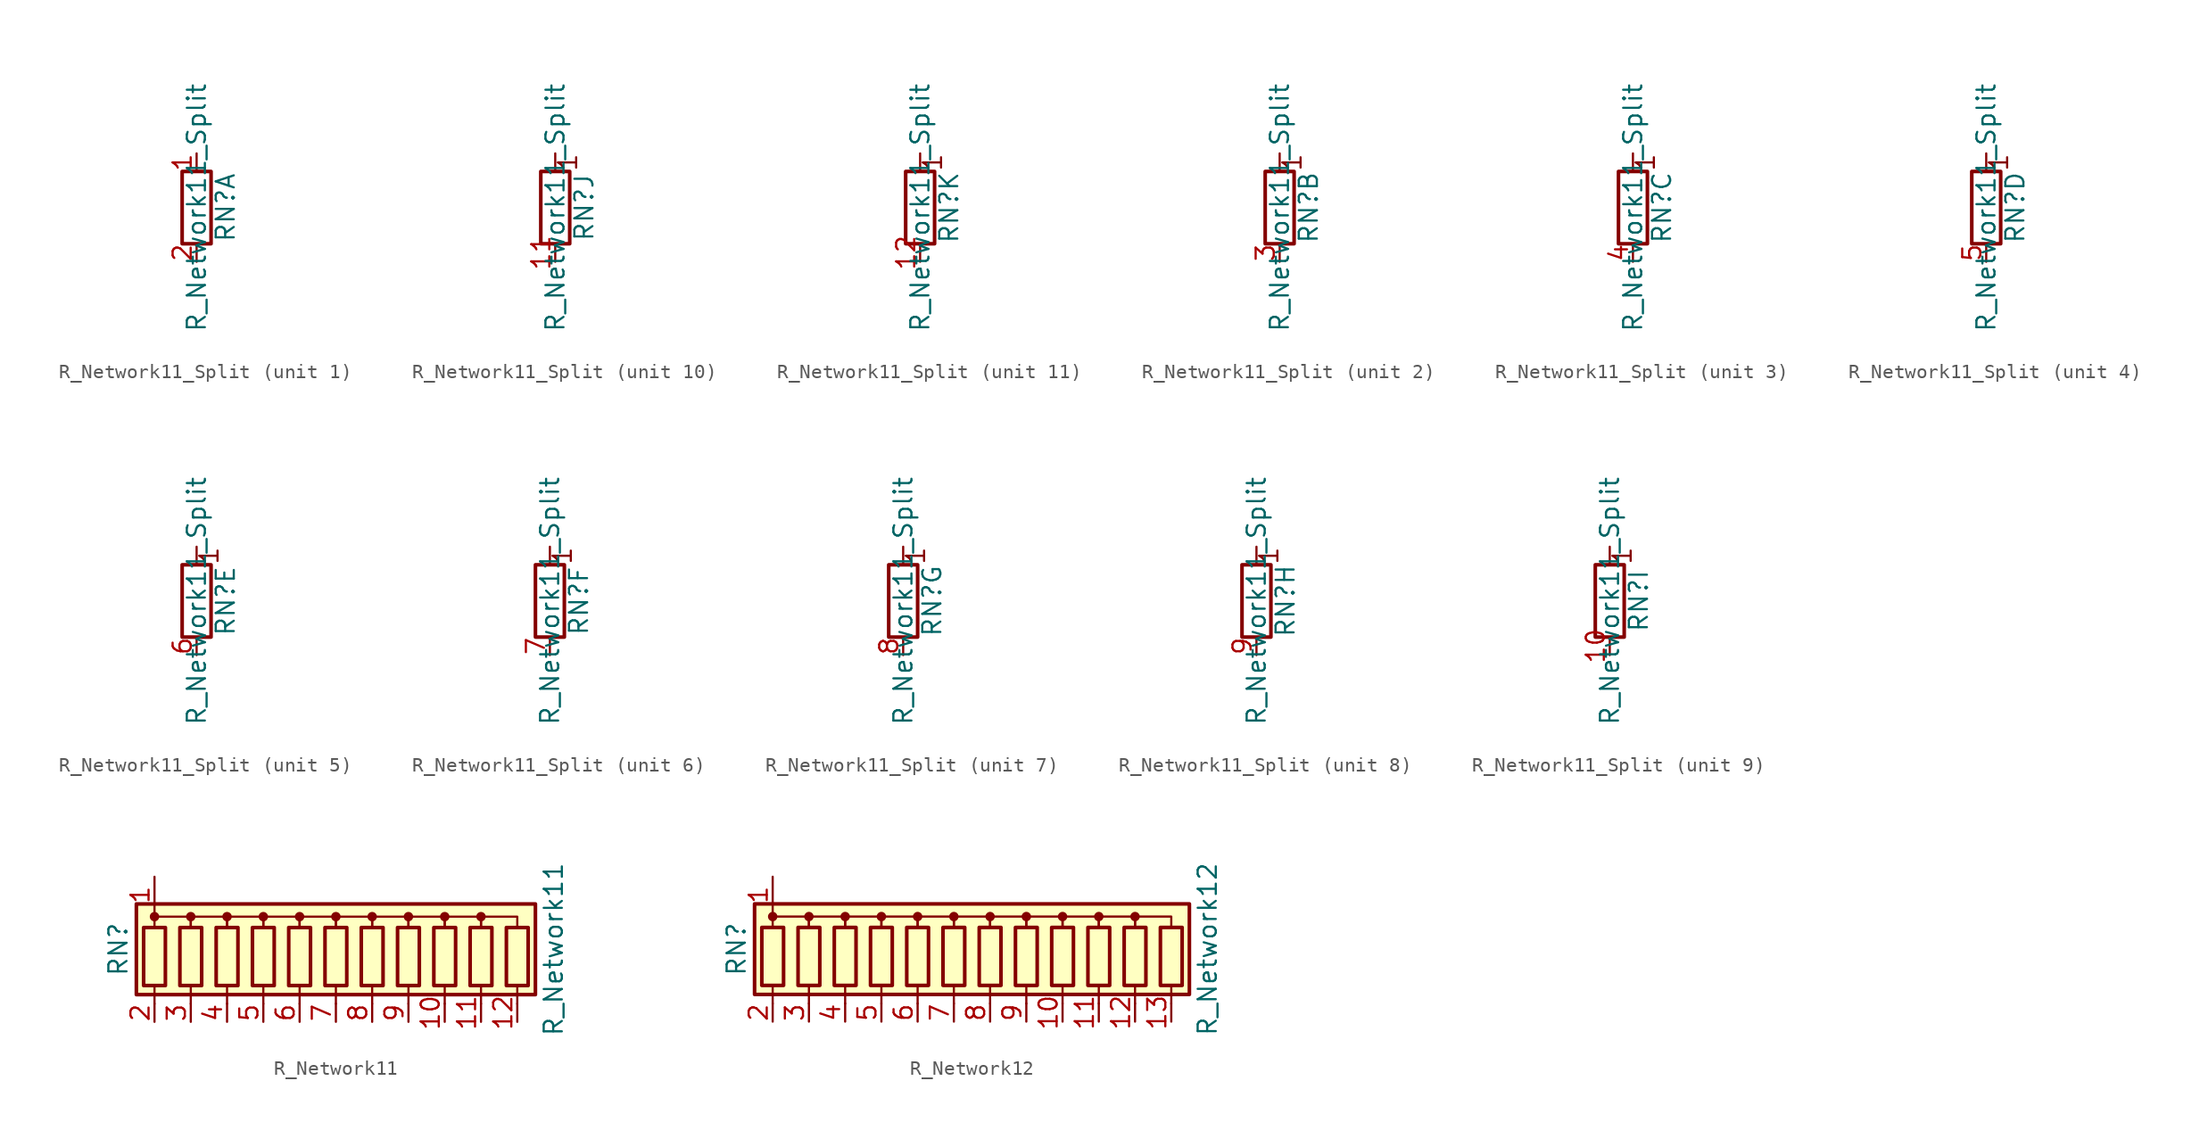
<source format=kicad_sym>
(kicad_symbol_lib
  (version 20241209)
  (generator "kicad_symbol_editor")
  (generator_version "9.0")
  (symbol "R_Network11_Split"
    (pin_names
      (offset 0)
      (hide yes))
    (property "Reference" "RN"
      (at 2.032 0 90)
      (effects (font (size 1.27 1.27))))
    (property "Value" "R_Network11_Split"
      (at 0 0 90)
      (effects (font (size 1.27 1.27))))
    (symbol "R_Network11_Split_0_1"
      (rectangle (start 1.016 2.54) (end -1.016 -2.54) (stroke (width 0.254) (type solid)) (fill (type none))))
    (symbol "R_Network11_Split_1_1"
      (pin passive line (at 0 3.81 270) (length 1.27) (name "R1.1" (effects (font (size 1.27 1.27)))) (number "1" (effects (font (size 1.27 1.27)))))
      (pin passive line (at 0 -3.81 90) (length 1.27) (name "R1.2" (effects (font (size 1.27 1.27)))) (number "2" (effects (font (size 1.27 1.27))))))
    (symbol "R_Network11_Split_2_1"
      (polyline (pts (xy 0 2.54) (xy 0 3.81)) (stroke (width 0) (type solid)) (fill (type none)))
      (text "1" (at 0.889 3.175 900) (effects (font (size 1.27 1.27))))
      (pin passive line (at 0 -3.81 90) (length 1.27) (name "R2.2" (effects (font (size 1.27 1.27)))) (number "3" (effects (font (size 1.27 1.27))))))
    (symbol "R_Network11_Split_3_1"
      (polyline (pts (xy 0 2.54) (xy 0 3.81)) (stroke (width 0) (type solid)) (fill (type none)))
      (text "1" (at 0.889 3.175 900) (effects (font (size 1.27 1.27))))
      (pin passive line (at 0 -3.81 90) (length 1.27) (name "R3.2" (effects (font (size 1.27 1.27)))) (number "4" (effects (font (size 1.27 1.27))))))
    (symbol "R_Network11_Split_4_1"
      (polyline (pts (xy 0 2.54) (xy 0 3.81)) (stroke (width 0) (type solid)) (fill (type none)))
      (text "1" (at 0.889 3.175 900) (effects (font (size 1.27 1.27))))
      (pin passive line (at 0 -3.81 90) (length 1.27) (name "R4.2" (effects (font (size 1.27 1.27)))) (number "5" (effects (font (size 1.27 1.27))))))
    (symbol "R_Network11_Split_5_1"
      (polyline (pts (xy 0 2.54) (xy 0 3.81)) (stroke (width 0) (type solid)) (fill (type none)))
      (text "1" (at 0.889 3.175 900) (effects (font (size 1.27 1.27))))
      (pin passive line (at 0 -3.81 90) (length 1.27) (name "R5.2" (effects (font (size 1.27 1.27)))) (number "6" (effects (font (size 1.27 1.27))))))
    (symbol "R_Network11_Split_6_1"
      (polyline (pts (xy 0 2.54) (xy 0 3.81)) (stroke (width 0) (type solid)) (fill (type none)))
      (text "1" (at 0.889 3.175 900) (effects (font (size 1.27 1.27))))
      (pin passive line (at 0 -3.81 90) (length 1.27) (name "R6.2" (effects (font (size 1.27 1.27)))) (number "7" (effects (font (size 1.27 1.27))))))
    (symbol "R_Network11_Split_7_1"
      (polyline (pts (xy 0 2.54) (xy 0 3.81)) (stroke (width 0) (type solid)) (fill (type none)))
      (text "1" (at 0.889 3.175 900) (effects (font (size 1.27 1.27))))
      (pin passive line (at 0 -3.81 90) (length 1.27) (name "R7.2" (effects (font (size 1.27 1.27)))) (number "8" (effects (font (size 1.27 1.27))))))
    (symbol "R_Network11_Split_8_1"
      (polyline (pts (xy 0 2.54) (xy 0 3.81)) (stroke (width 0) (type solid)) (fill (type none)))
      (text "1" (at 0.889 3.175 900) (effects (font (size 1.27 1.27))))
      (pin passive line (at 0 -3.81 90) (length 1.27) (name "R8.2" (effects (font (size 1.27 1.27)))) (number "9" (effects (font (size 1.27 1.27))))))
    (symbol "R_Network11_Split_9_1"
      (polyline (pts (xy 0 2.54) (xy 0 3.81)) (stroke (width 0) (type solid)) (fill (type none)))
      (text "1" (at 0.889 3.175 900) (effects (font (size 1.27 1.27))))
      (pin passive line (at 0 -3.81 90) (length 1.27) (name "R9.2" (effects (font (size 1.27 1.27)))) (number "10" (effects (font (size 1.27 1.27))))))
    (symbol "R_Network11_Split_10_1"
      (polyline (pts (xy 0 2.54) (xy 0 3.81)) (stroke (width 0) (type solid)) (fill (type none)))
      (text "1" (at 0.889 3.175 900) (effects (font (size 1.27 1.27))))
      (pin passive line (at 0 -3.81 90) (length 1.27) (name "R10.2" (effects (font (size 1.27 1.27)))) (number "11" (effects (font (size 1.27 1.27))))))
    (symbol "R_Network11_Split_11_1"
      (polyline (pts (xy 0 2.54) (xy 0 3.81)) (stroke (width 0) (type solid)) (fill (type none)))
      (text "1" (at 0.889 3.175 900) (effects (font (size 1.27 1.27))))
      (pin passive line (at 0 -3.81 90) (length 1.27) (name "R11.2" (effects (font (size 1.27 1.27)))) (number "12" (effects (font (size 1.27 1.27)))))))
  (symbol "R_Network11"
    (pin_names
      (offset 0)
      (hide yes))
    (property "Reference" "RN"
      (at -15.24 0 90)
      (effects (font (size 1.27 1.27))))
    (property "Value" "R_Network11"
      (at 15.24 0 90)
      (effects (font (size 1.27 1.27))))
    (symbol "R_Network11_0_1"
      (rectangle (start -13.97 -3.175) (end 13.97 3.175) (stroke (width 0.254) (type solid)) (fill (type background)))
      (rectangle (start -13.462 1.524) (end -11.938 -2.54) (stroke (width 0.254) (type solid)) (fill (type none)))
      (circle (center -12.7 2.286) (radius 0.254) (stroke (width 0) (type solid)) (fill (type outline)))
      (polyline (pts (xy -12.7 1.524) (xy -12.7 2.286) (xy -10.16 2.286) (xy -10.16 1.524)) (stroke (width 0) (type solid)) (fill (type none)))
      (polyline (pts (xy -12.7 -2.54) (xy -12.7 -3.81)) (stroke (width 0) (type solid)) (fill (type none)))
      (rectangle (start -10.922 1.524) (end -9.398 -2.54) (stroke (width 0.254) (type solid)) (fill (type none)))
      (circle (center -10.16 2.286) (radius 0.254) (stroke (width 0) (type solid)) (fill (type outline)))
      (polyline (pts (xy -10.16 1.524) (xy -10.16 2.286) (xy -7.62 2.286) (xy -7.62 1.524)) (stroke (width 0) (type solid)) (fill (type none)))
      (polyline (pts (xy -10.16 -2.54) (xy -10.16 -3.81)) (stroke (width 0) (type solid)) (fill (type none)))
      (rectangle (start -8.382 1.524) (end -6.858 -2.54) (stroke (width 0.254) (type solid)) (fill (type none)))
      (circle (center -7.62 2.286) (radius 0.254) (stroke (width 0) (type solid)) (fill (type outline)))
      (polyline (pts (xy -7.62 1.524) (xy -7.62 2.286) (xy -5.08 2.286) (xy -5.08 1.524)) (stroke (width 0) (type solid)) (fill (type none)))
      (polyline (pts (xy -7.62 -2.54) (xy -7.62 -3.81)) (stroke (width 0) (type solid)) (fill (type none)))
      (rectangle (start -5.842 1.524) (end -4.318 -2.54) (stroke (width 0.254) (type solid)) (fill (type none)))
      (circle (center -5.08 2.286) (radius 0.254) (stroke (width 0) (type solid)) (fill (type outline)))
      (polyline (pts (xy -5.08 1.524) (xy -5.08 2.286) (xy -2.54 2.286) (xy -2.54 1.524)) (stroke (width 0) (type solid)) (fill (type none)))
      (polyline (pts (xy -5.08 -2.54) (xy -5.08 -3.81)) (stroke (width 0) (type solid)) (fill (type none)))
      (rectangle (start -3.302 1.524) (end -1.778 -2.54) (stroke (width 0.254) (type solid)) (fill (type none)))
      (circle (center -2.54 2.286) (radius 0.254) (stroke (width 0) (type solid)) (fill (type outline)))
      (polyline (pts (xy -2.54 1.524) (xy -2.54 2.286) (xy 0 2.286) (xy 0 1.524)) (stroke (width 0) (type solid)) (fill (type none)))
      (polyline (pts (xy -2.54 -2.54) (xy -2.54 -3.81)) (stroke (width 0) (type solid)) (fill (type none)))
      (rectangle (start -0.762 1.524) (end 0.762 -2.54) (stroke (width 0.254) (type solid)) (fill (type none)))
      (circle (center 0 2.286) (radius 0.254) (stroke (width 0) (type solid)) (fill (type outline)))
      (polyline (pts (xy 0 1.524) (xy 0 2.286) (xy 2.54 2.286) (xy 2.54 1.524)) (stroke (width 0) (type solid)) (fill (type none)))
      (polyline (pts (xy 0 -2.54) (xy 0 -3.81)) (stroke (width 0) (type solid)) (fill (type none)))
      (rectangle (start 1.778 1.524) (end 3.302 -2.54) (stroke (width 0.254) (type solid)) (fill (type none)))
      (circle (center 2.54 2.286) (radius 0.254) (stroke (width 0) (type solid)) (fill (type outline)))
      (polyline (pts (xy 2.54 1.524) (xy 2.54 2.286) (xy 5.08 2.286) (xy 5.08 1.524)) (stroke (width 0) (type solid)) (fill (type none)))
      (polyline (pts (xy 2.54 -2.54) (xy 2.54 -3.81)) (stroke (width 0) (type solid)) (fill (type none)))
      (rectangle (start 4.318 1.524) (end 5.842 -2.54) (stroke (width 0.254) (type solid)) (fill (type none)))
      (circle (center 5.08 2.286) (radius 0.254) (stroke (width 0) (type solid)) (fill (type outline)))
      (polyline (pts (xy 5.08 1.524) (xy 5.08 2.286) (xy 7.62 2.286) (xy 7.62 1.524)) (stroke (width 0) (type solid)) (fill (type none)))
      (polyline (pts (xy 5.08 -2.54) (xy 5.08 -3.81)) (stroke (width 0) (type solid)) (fill (type none)))
      (rectangle (start 6.858 1.524) (end 8.382 -2.54) (stroke (width 0.254) (type solid)) (fill (type none)))
      (circle (center 7.62 2.286) (radius 0.254) (stroke (width 0) (type solid)) (fill (type outline)))
      (polyline (pts (xy 7.62 1.524) (xy 7.62 2.286) (xy 10.16 2.286) (xy 10.16 1.524)) (stroke (width 0) (type solid)) (fill (type none)))
      (polyline (pts (xy 7.62 -2.54) (xy 7.62 -3.81)) (stroke (width 0) (type solid)) (fill (type none)))
      (rectangle (start 9.398 1.524) (end 10.922 -2.54) (stroke (width 0.254) (type solid)) (fill (type none)))
      (circle (center 10.16 2.286) (radius 0.254) (stroke (width 0) (type solid)) (fill (type outline)))
      (polyline (pts (xy 10.16 1.524) (xy 10.16 2.286) (xy 12.7 2.286) (xy 12.7 1.524)) (stroke (width 0) (type solid)) (fill (type none)))
      (polyline (pts (xy 10.16 -2.54) (xy 10.16 -3.81)) (stroke (width 0) (type solid)) (fill (type none)))
      (rectangle (start 11.938 1.524) (end 13.462 -2.54) (stroke (width 0.254) (type solid)) (fill (type none)))
      (polyline (pts (xy 12.7 -2.54) (xy 12.7 -3.81)) (stroke (width 0) (type solid)) (fill (type none))))
    (symbol "R_Network11_1_1"
      (pin passive line (at -12.7 5.08 270) (length 2.54) (name "common" (effects (font (size 1.27 1.27)))) (number "1" (effects (font (size 1.27 1.27)))))
      (pin passive line (at -12.7 -5.08 90) (length 1.27) (name "R1" (effects (font (size 1.27 1.27)))) (number "2" (effects (font (size 1.27 1.27)))))
      (pin passive line (at -10.16 -5.08 90) (length 1.27) (name "R2" (effects (font (size 1.27 1.27)))) (number "3" (effects (font (size 1.27 1.27)))))
      (pin passive line (at -7.62 -5.08 90) (length 1.27) (name "R3" (effects (font (size 1.27 1.27)))) (number "4" (effects (font (size 1.27 1.27)))))
      (pin passive line (at -5.08 -5.08 90) (length 1.27) (name "R4" (effects (font (size 1.27 1.27)))) (number "5" (effects (font (size 1.27 1.27)))))
      (pin passive line (at -2.54 -5.08 90) (length 1.27) (name "R5" (effects (font (size 1.27 1.27)))) (number "6" (effects (font (size 1.27 1.27)))))
      (pin passive line (at 0 -5.08 90) (length 1.27) (name "R6" (effects (font (size 1.27 1.27)))) (number "7" (effects (font (size 1.27 1.27)))))
      (pin passive line (at 2.54 -5.08 90) (length 1.27) (name "R7" (effects (font (size 1.27 1.27)))) (number "8" (effects (font (size 1.27 1.27)))))
      (pin passive line (at 5.08 -5.08 90) (length 1.27) (name "R8" (effects (font (size 1.27 1.27)))) (number "9" (effects (font (size 1.27 1.27)))))
      (pin passive line (at 7.62 -5.08 90) (length 1.27) (name "R9" (effects (font (size 1.27 1.27)))) (number "10" (effects (font (size 1.27 1.27)))))
      (pin passive line (at 10.16 -5.08 90) (length 1.27) (name "R10" (effects (font (size 1.27 1.27)))) (number "11" (effects (font (size 1.27 1.27)))))
      (pin passive line (at 12.7 -5.08 90) (length 1.27) (name "R11" (effects (font (size 1.27 1.27)))) (number "12" (effects (font (size 1.27 1.27)))))))
  (symbol "R_Network12"
    (pin_names
      (offset 0)
      (hide yes))
    (property "Reference" "RN"
      (at -17.78 0 90)
      (effects (font (size 1.27 1.27))))
    (property "Value" "R_Network12"
      (at 15.24 0 90)
      (effects (font (size 1.27 1.27))))
    (symbol "R_Network12_0_1"
      (rectangle (start -16.51 -3.175) (end 13.97 3.175) (stroke (width 0.254) (type solid)) (fill (type background)))
      (rectangle (start -16.002 1.524) (end -14.478 -2.54) (stroke (width 0.254) (type solid)) (fill (type none)))
      (circle (center -15.24 2.286) (radius 0.254) (stroke (width 0) (type solid)) (fill (type outline)))
      (polyline (pts (xy -15.24 1.524) (xy -15.24 2.286) (xy -12.7 2.286) (xy -12.7 1.524)) (stroke (width 0) (type solid)) (fill (type none)))
      (polyline (pts (xy -15.24 -2.54) (xy -15.24 -3.81)) (stroke (width 0) (type solid)) (fill (type none)))
      (rectangle (start -13.462 1.524) (end -11.938 -2.54) (stroke (width 0.254) (type solid)) (fill (type none)))
      (circle (center -12.7 2.286) (radius 0.254) (stroke (width 0) (type solid)) (fill (type outline)))
      (polyline (pts (xy -12.7 1.524) (xy -12.7 2.286) (xy -10.16 2.286) (xy -10.16 1.524)) (stroke (width 0) (type solid)) (fill (type none)))
      (polyline (pts (xy -12.7 -2.54) (xy -12.7 -3.81)) (stroke (width 0) (type solid)) (fill (type none)))
      (rectangle (start -10.922 1.524) (end -9.398 -2.54) (stroke (width 0.254) (type solid)) (fill (type none)))
      (circle (center -10.16 2.286) (radius 0.254) (stroke (width 0) (type solid)) (fill (type outline)))
      (polyline (pts (xy -10.16 1.524) (xy -10.16 2.286) (xy -7.62 2.286) (xy -7.62 1.524)) (stroke (width 0) (type solid)) (fill (type none)))
      (polyline (pts (xy -10.16 -2.54) (xy -10.16 -3.81)) (stroke (width 0) (type solid)) (fill (type none)))
      (rectangle (start -8.382 1.524) (end -6.858 -2.54) (stroke (width 0.254) (type solid)) (fill (type none)))
      (circle (center -7.62 2.286) (radius 0.254) (stroke (width 0) (type solid)) (fill (type outline)))
      (polyline (pts (xy -7.62 1.524) (xy -7.62 2.286) (xy -5.08 2.286) (xy -5.08 1.524)) (stroke (width 0) (type solid)) (fill (type none)))
      (polyline (pts (xy -7.62 -2.54) (xy -7.62 -3.81)) (stroke (width 0) (type solid)) (fill (type none)))
      (rectangle (start -5.842 1.524) (end -4.318 -2.54) (stroke (width 0.254) (type solid)) (fill (type none)))
      (circle (center -5.08 2.286) (radius 0.254) (stroke (width 0) (type solid)) (fill (type outline)))
      (polyline (pts (xy -5.08 1.524) (xy -5.08 2.286) (xy -2.54 2.286) (xy -2.54 1.524)) (stroke (width 0) (type solid)) (fill (type none)))
      (polyline (pts (xy -5.08 -2.54) (xy -5.08 -3.81)) (stroke (width 0) (type solid)) (fill (type none)))
      (rectangle (start -3.302 1.524) (end -1.778 -2.54) (stroke (width 0.254) (type solid)) (fill (type none)))
      (circle (center -2.54 2.286) (radius 0.254) (stroke (width 0) (type solid)) (fill (type outline)))
      (polyline (pts (xy -2.54 1.524) (xy -2.54 2.286) (xy 0 2.286) (xy 0 1.524)) (stroke (width 0) (type solid)) (fill (type none)))
      (polyline (pts (xy -2.54 -2.54) (xy -2.54 -3.81)) (stroke (width 0) (type solid)) (fill (type none)))
      (rectangle (start -0.762 1.524) (end 0.762 -2.54) (stroke (width 0.254) (type solid)) (fill (type none)))
      (circle (center 0 2.286) (radius 0.254) (stroke (width 0) (type solid)) (fill (type outline)))
      (polyline (pts (xy 0 1.524) (xy 0 2.286) (xy 2.54 2.286) (xy 2.54 1.524)) (stroke (width 0) (type solid)) (fill (type none)))
      (polyline (pts (xy 0 -2.54) (xy 0 -3.81)) (stroke (width 0) (type solid)) (fill (type none)))
      (rectangle (start 1.778 1.524) (end 3.302 -2.54) (stroke (width 0.254) (type solid)) (fill (type none)))
      (circle (center 2.54 2.286) (radius 0.254) (stroke (width 0) (type solid)) (fill (type outline)))
      (polyline (pts (xy 2.54 1.524) (xy 2.54 2.286) (xy 5.08 2.286) (xy 5.08 1.524)) (stroke (width 0) (type solid)) (fill (type none)))
      (polyline (pts (xy 2.54 -2.54) (xy 2.54 -3.81)) (stroke (width 0) (type solid)) (fill (type none)))
      (rectangle (start 4.318 1.524) (end 5.842 -2.54) (stroke (width 0.254) (type solid)) (fill (type none)))
      (circle (center 5.08 2.286) (radius 0.254) (stroke (width 0) (type solid)) (fill (type outline)))
      (polyline (pts (xy 5.08 1.524) (xy 5.08 2.286) (xy 7.62 2.286) (xy 7.62 1.524)) (stroke (width 0) (type solid)) (fill (type none)))
      (polyline (pts (xy 5.08 -2.54) (xy 5.08 -3.81)) (stroke (width 0) (type solid)) (fill (type none)))
      (rectangle (start 6.858 1.524) (end 8.382 -2.54) (stroke (width 0.254) (type solid)) (fill (type none)))
      (circle (center 7.62 2.286) (radius 0.254) (stroke (width 0) (type solid)) (fill (type outline)))
      (polyline (pts (xy 7.62 1.524) (xy 7.62 2.286) (xy 10.16 2.286) (xy 10.16 1.524)) (stroke (width 0) (type solid)) (fill (type none)))
      (polyline (pts (xy 7.62 -2.54) (xy 7.62 -3.81)) (stroke (width 0) (type solid)) (fill (type none)))
      (rectangle (start 9.398 1.524) (end 10.922 -2.54) (stroke (width 0.254) (type solid)) (fill (type none)))
      (circle (center 10.16 2.286) (radius 0.254) (stroke (width 0) (type solid)) (fill (type outline)))
      (polyline (pts (xy 10.16 1.524) (xy 10.16 2.286) (xy 12.7 2.286) (xy 12.7 1.524)) (stroke (width 0) (type solid)) (fill (type none)))
      (polyline (pts (xy 10.16 -2.54) (xy 10.16 -3.81)) (stroke (width 0) (type solid)) (fill (type none)))
      (rectangle (start 11.938 1.524) (end 13.462 -2.54) (stroke (width 0.254) (type solid)) (fill (type none)))
      (polyline (pts (xy 12.7 -2.54) (xy 12.7 -3.81)) (stroke (width 0) (type solid)) (fill (type none))))
    (symbol "R_Network12_1_1"
      (pin passive line (at -15.24 5.08 270) (length 2.54) (name "common" (effects (font (size 1.27 1.27)))) (number "1" (effects (font (size 1.27 1.27)))))
      (pin passive line (at -15.24 -5.08 90) (length 1.27) (name "R1" (effects (font (size 1.27 1.27)))) (number "2" (effects (font (size 1.27 1.27)))))
      (pin passive line (at -12.7 -5.08 90) (length 1.27) (name "R2" (effects (font (size 1.27 1.27)))) (number "3" (effects (font (size 1.27 1.27)))))
      (pin passive line (at -10.16 -5.08 90) (length 1.27) (name "R3" (effects (font (size 1.27 1.27)))) (number "4" (effects (font (size 1.27 1.27)))))
      (pin passive line (at -7.62 -5.08 90) (length 1.27) (name "R4" (effects (font (size 1.27 1.27)))) (number "5" (effects (font (size 1.27 1.27)))))
      (pin passive line (at -5.08 -5.08 90) (length 1.27) (name "R5" (effects (font (size 1.27 1.27)))) (number "6" (effects (font (size 1.27 1.27)))))
      (pin passive line (at -2.54 -5.08 90) (length 1.27) (name "R6" (effects (font (size 1.27 1.27)))) (number "7" (effects (font (size 1.27 1.27)))))
      (pin passive line (at 0 -5.08 90) (length 1.27) (name "R7" (effects (font (size 1.27 1.27)))) (number "8" (effects (font (size 1.27 1.27)))))
      (pin passive line (at 2.54 -5.08 90) (length 1.27) (name "R8" (effects (font (size 1.27 1.27)))) (number "9" (effects (font (size 1.27 1.27)))))
      (pin passive line (at 5.08 -5.08 90) (length 1.27) (name "R9" (effects (font (size 1.27 1.27)))) (number "10" (effects (font (size 1.27 1.27)))))
      (pin passive line (at 7.62 -5.08 90) (length 1.27) (name "R10" (effects (font (size 1.27 1.27)))) (number "11" (effects (font (size 1.27 1.27)))))
      (pin passive line (at 10.16 -5.08 90) (length 1.27) (name "R11" (effects (font (size 1.27 1.27)))) (number "12" (effects (font (size 1.27 1.27)))))
      (pin passive line (at 12.7 -5.08 90) (length 1.27) (name "R12" (effects (font (size 1.27 1.27)))) (number "13" (effects (font (size 1.27 1.27))))))))
</source>
